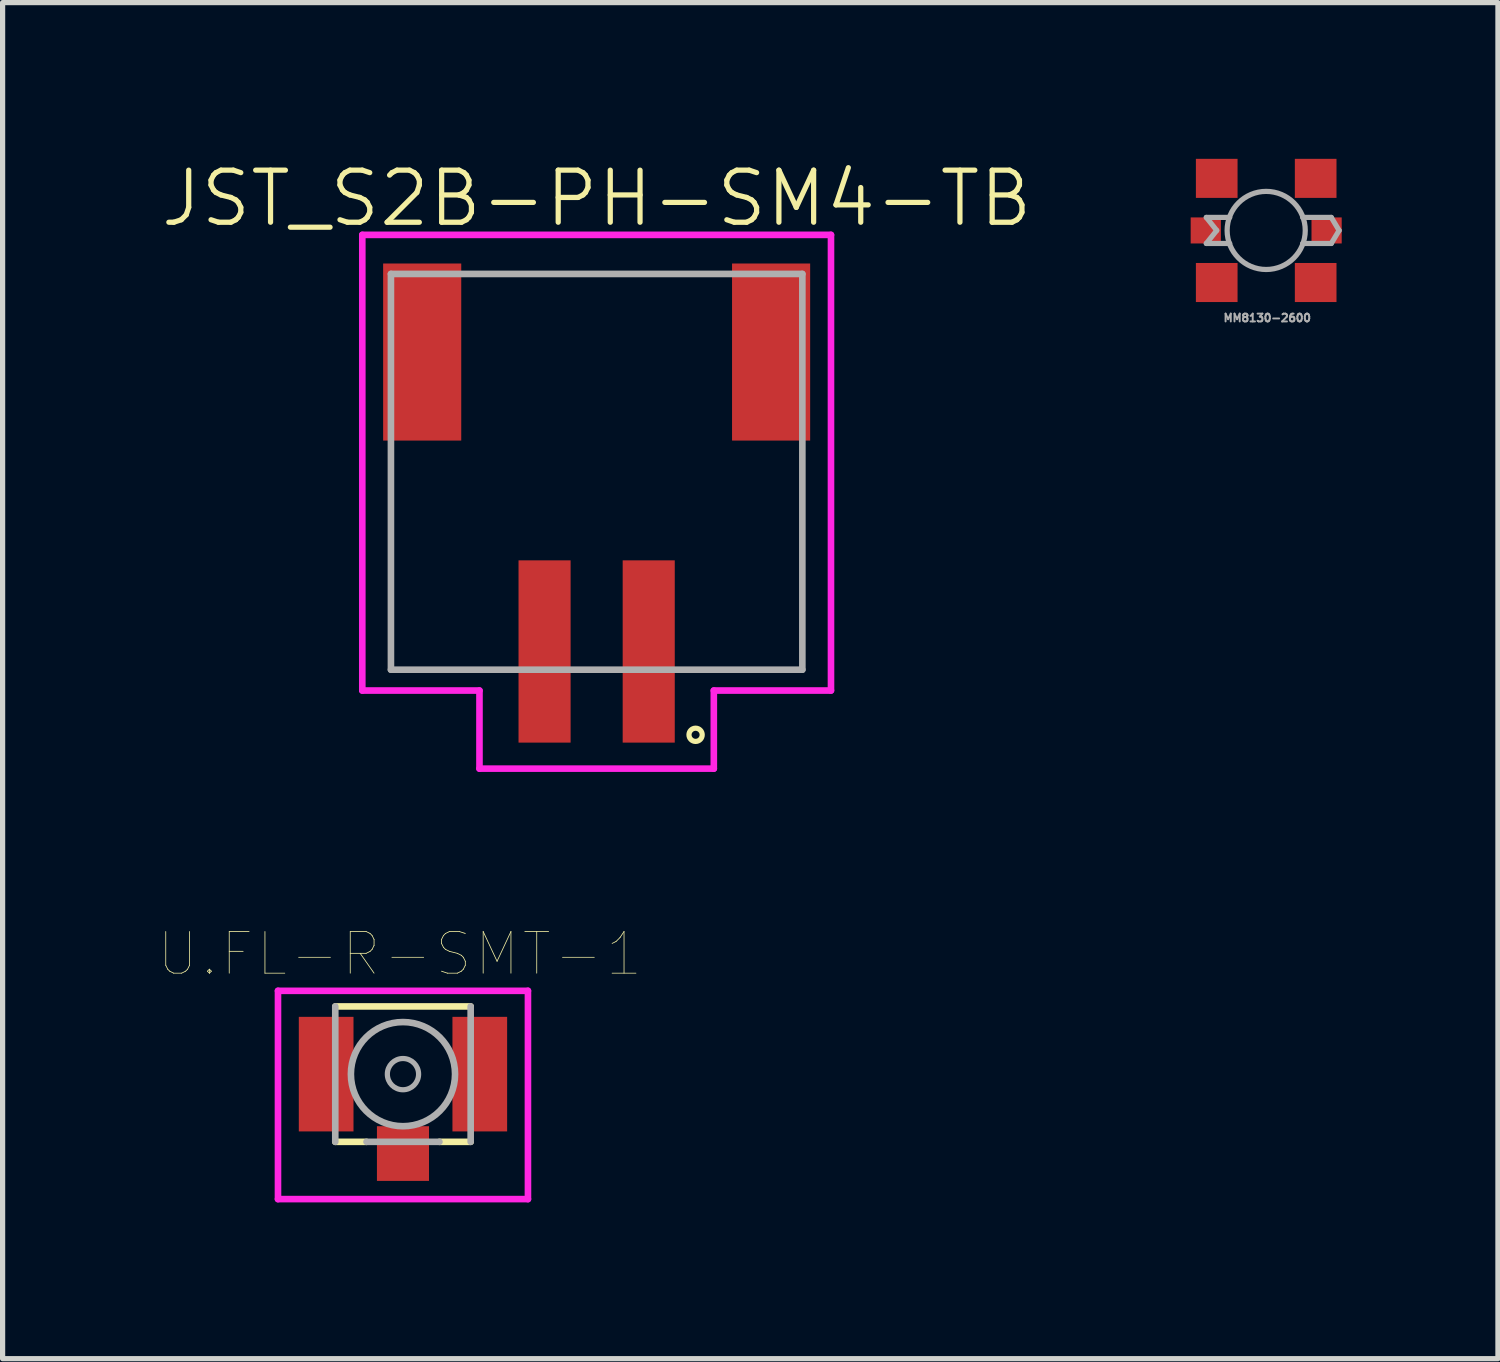
<source format=kicad_pcb>
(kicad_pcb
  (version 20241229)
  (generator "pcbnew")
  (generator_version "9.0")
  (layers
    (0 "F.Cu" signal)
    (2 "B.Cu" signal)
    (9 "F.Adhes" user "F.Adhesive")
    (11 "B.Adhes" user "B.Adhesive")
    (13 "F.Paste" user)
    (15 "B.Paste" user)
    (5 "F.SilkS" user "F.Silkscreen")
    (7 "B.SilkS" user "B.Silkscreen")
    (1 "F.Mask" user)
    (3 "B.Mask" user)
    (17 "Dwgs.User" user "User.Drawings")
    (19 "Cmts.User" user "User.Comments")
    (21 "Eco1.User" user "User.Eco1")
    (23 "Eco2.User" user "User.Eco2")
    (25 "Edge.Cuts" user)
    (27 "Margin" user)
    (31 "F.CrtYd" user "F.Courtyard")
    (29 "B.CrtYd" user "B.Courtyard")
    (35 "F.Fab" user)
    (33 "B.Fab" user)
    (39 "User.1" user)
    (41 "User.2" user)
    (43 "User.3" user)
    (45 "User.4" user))
  (footprint "JST_S2B-PH-SM4-TB"
    (layer "F.Cu")
    (at 8.407 9.46)
    (property "Reference" "JST_S2B-PH-SM4-TB" (at 0 -8.7 0) (layer "F.SilkS") (effects (font (size 1 1) (thickness 0.1))))
    (attr through_hole)
    (fp_circle (center 1.9 1.6) (end 2.027 1.6) (stroke (width 0.1) (type solid)) (fill no) (layer "F.SilkS"))
    (fp_line (start -4.5 -8) (end 4.5 -8) (stroke (width 0.127) (type solid)) (layer "F.CrtYd"))
    (fp_line (start -4.5 0.75) (end -4.5 -8) (stroke (width 0.127) (type solid)) (layer "F.CrtYd"))
    (fp_line (start -2.25 0.75) (end -4.5 0.75) (stroke (width 0.127) (type solid)) (layer "F.CrtYd"))
    (fp_line (start -2.25 2.25) (end -2.25 0.75) (stroke (width 0.127) (type solid)) (layer "F.CrtYd"))
    (fp_line (start 2.25 0.75) (end 2.25 2.25) (stroke (width 0.127) (type solid)) (layer "F.CrtYd"))
    (fp_line (start 2.25 2.25) (end -2.25 2.25) (stroke (width 0.127) (type solid)) (layer "F.CrtYd"))
    (fp_line (start 4.5 -8) (end 4.5 0.75) (stroke (width 0.127) (type solid)) (layer "F.CrtYd"))
    (fp_line (start 4.5 0.75) (end 2.25 0.75) (stroke (width 0.127) (type solid)) (layer "F.CrtYd"))
    (fp_line (start -3.95 -7.25) (end -3.95 0.35) (stroke (width 0.127) (type solid)) (layer "F.Fab"))
    (fp_line (start -3.95 0.35) (end 3.95 0.35) (stroke (width 0.127) (type solid)) (layer "F.Fab"))
    (fp_line (start 3.95 -7.25) (end -3.95 -7.25) (stroke (width 0.127) (type solid)) (layer "F.Fab"))
    (fp_line (start 3.95 0.35) (end 3.95 -7.25) (stroke (width 0.127) (type solid)) (layer "F.Fab"))
    (pad "1" smd rect (at 1 0) (size 1 3.5) (layers "F.Cu" "F.Mask" "F.Paste"))
    (pad "2" smd rect (at -1 0) (size 1 3.5) (layers "F.Cu" "F.Mask" "F.Paste"))
    (pad "P1" smd rect (at 3.35 -5.75) (size 1.5 3.4) (layers "F.Cu" "F.Mask" "F.Paste"))
    (pad "P2" smd rect (at -3.35 -5.75) (size 1.5 3.4) (layers "F.Cu" "F.Mask" "F.Paste")))
  (footprint "MM8130-2600"
    (layer "F.Cu")
    (at 21.264 1.375)
    (property "Reference" "MM8130-2600" (at 0.02 1.68 0) (layer "F.Fab") (effects (font (size 0.15 0.15) (thickness 0.037))))
    (attr smd)
    (fp_line (start -1.15 -0.25) (end -0.95 0) (stroke (width 0.1) (type solid)) (layer "F.Fab"))
    (fp_line (start -1.15 0.25) (end -0.7 0.25) (stroke (width 0.1) (type solid)) (layer "F.Fab"))
    (fp_line (start -0.95 0) (end -1.15 0.25) (stroke (width 0.1) (type solid)) (layer "F.Fab"))
    (fp_line (start -0.7 -0.25) (end -1.15 -0.25) (stroke (width 0.1) (type solid)) (layer "F.Fab"))
    (fp_line (start 0.7 -0.25) (end 1.25 -0.25) (stroke (width 0.1) (type solid)) (layer "F.Fab"))
    (fp_line (start 1.25 -0.25) (end 1.4 0) (stroke (width 0.1) (type solid)) (layer "F.Fab"))
    (fp_line (start 1.25 0.25) (end 0.7 0.25) (stroke (width 0.1) (type solid)) (layer "F.Fab"))
    (fp_line (start 1.4 0) (end 1.25 0.25) (stroke (width 0.1) (type solid)) (layer "F.Fab"))
    (fp_circle (center 0 0) (end 0.75 0) (stroke (width 0.1) (type solid)) (fill no) (layer "F.Fab"))
    (pad "1" smd rect (at -1.16 0) (size 0.58 0.5) (layers "F.Cu" "F.Mask" "F.Paste"))
    (pad "2" smd rect (at -0.95 -1) (size 0.8 0.75) (layers "F.Cu" "F.Mask" "F.Paste"))
    (pad "2" smd rect (at -0.95 1) (size 0.8 0.75) (layers "F.Cu" "F.Mask" "F.Paste"))
    (pad "2" smd rect (at 0.95 -1) (size 0.8 0.75) (layers "F.Cu" "F.Mask" "F.Paste"))
    (pad "2" smd rect (at 0.95 1) (size 0.8 0.75) (layers "F.Cu" "F.Mask" "F.Paste"))
    (pad "3" smd rect (at 1.16 0) (size 0.58 0.5) (layers "F.Cu" "F.Mask" "F.Paste")))
  (footprint "U.FL-R-SMT-1"
    (layer "F.Cu")
    (at 4.688 17.576)
    (property "Reference" "U.FL-R-SMT-1" (at -0.06 -2.308 0) (layer "F.SilkS") (effects (font (size 0.8 0.8) (thickness 0.015))))
    (attr smd)
    (fp_line (start -1.3 -1.3) (end 1.3 -1.3) (stroke (width 0.127) (type solid)) (layer "F.SilkS"))
    (fp_line (start -1.3 1.3) (end -0.7 1.3) (stroke (width 0.127) (type solid)) (layer "F.SilkS"))
    (fp_line (start 1.3 1.3) (end 0.7 1.3) (stroke (width 0.127) (type solid)) (layer "F.SilkS"))
    (fp_line (start -2.4 -1.6) (end 2.4 -1.6) (stroke (width 0.127) (type solid)) (layer "F.CrtYd"))
    (fp_line (start -2.4 2.4) (end -2.4 -1.6) (stroke (width 0.127) (type solid)) (layer "F.CrtYd"))
    (fp_line (start 2.4 -1.6) (end 2.4 2.4) (stroke (width 0.127) (type solid)) (layer "F.CrtYd"))
    (fp_line (start 2.4 2.4) (end -2.4 2.4) (stroke (width 0.127) (type solid)) (layer "F.CrtYd"))
    (fp_line (start -1.3 -1.3) (end -1.3 1.3) (stroke (width 0.127) (type solid)) (layer "F.Fab"))
    (fp_line (start -0.7 1.3) (end 0.7 1.3) (stroke (width 0.127) (type solid)) (layer "F.Fab"))
    (fp_line (start 1.3 -1.3) (end 1.3 1.3) (stroke (width 0.127) (type solid)) (layer "F.Fab"))
    (fp_circle (center 0 0) (end 0.3 0) (stroke (width 0.1) (type solid)) (fill no) (layer "F.Fab"))
    (fp_circle (center 0 0) (end 1 0) (stroke (width 0.127) (type solid)) (fill no) (layer "F.Fab"))
    (pad "1" smd rect (at -1.475 0) (size 1.05 2.2) (layers "F.Cu" "F.Mask" "F.Paste"))
    (pad "1" smd rect (at 1.475 0) (size 1.05 2.2) (layers "F.Cu" "F.Mask" "F.Paste"))
    (pad "2" smd rect (at 0 1.525) (size 1 1.05) (layers "F.Cu" "F.Mask" "F.Paste")))
  (gr_rect
    (start -3 -3)
    (end 25.714 23.04)
    (stroke (width 0.1) (type default))
    (fill no)
    (layer "Edge.Cuts")))
</source>
